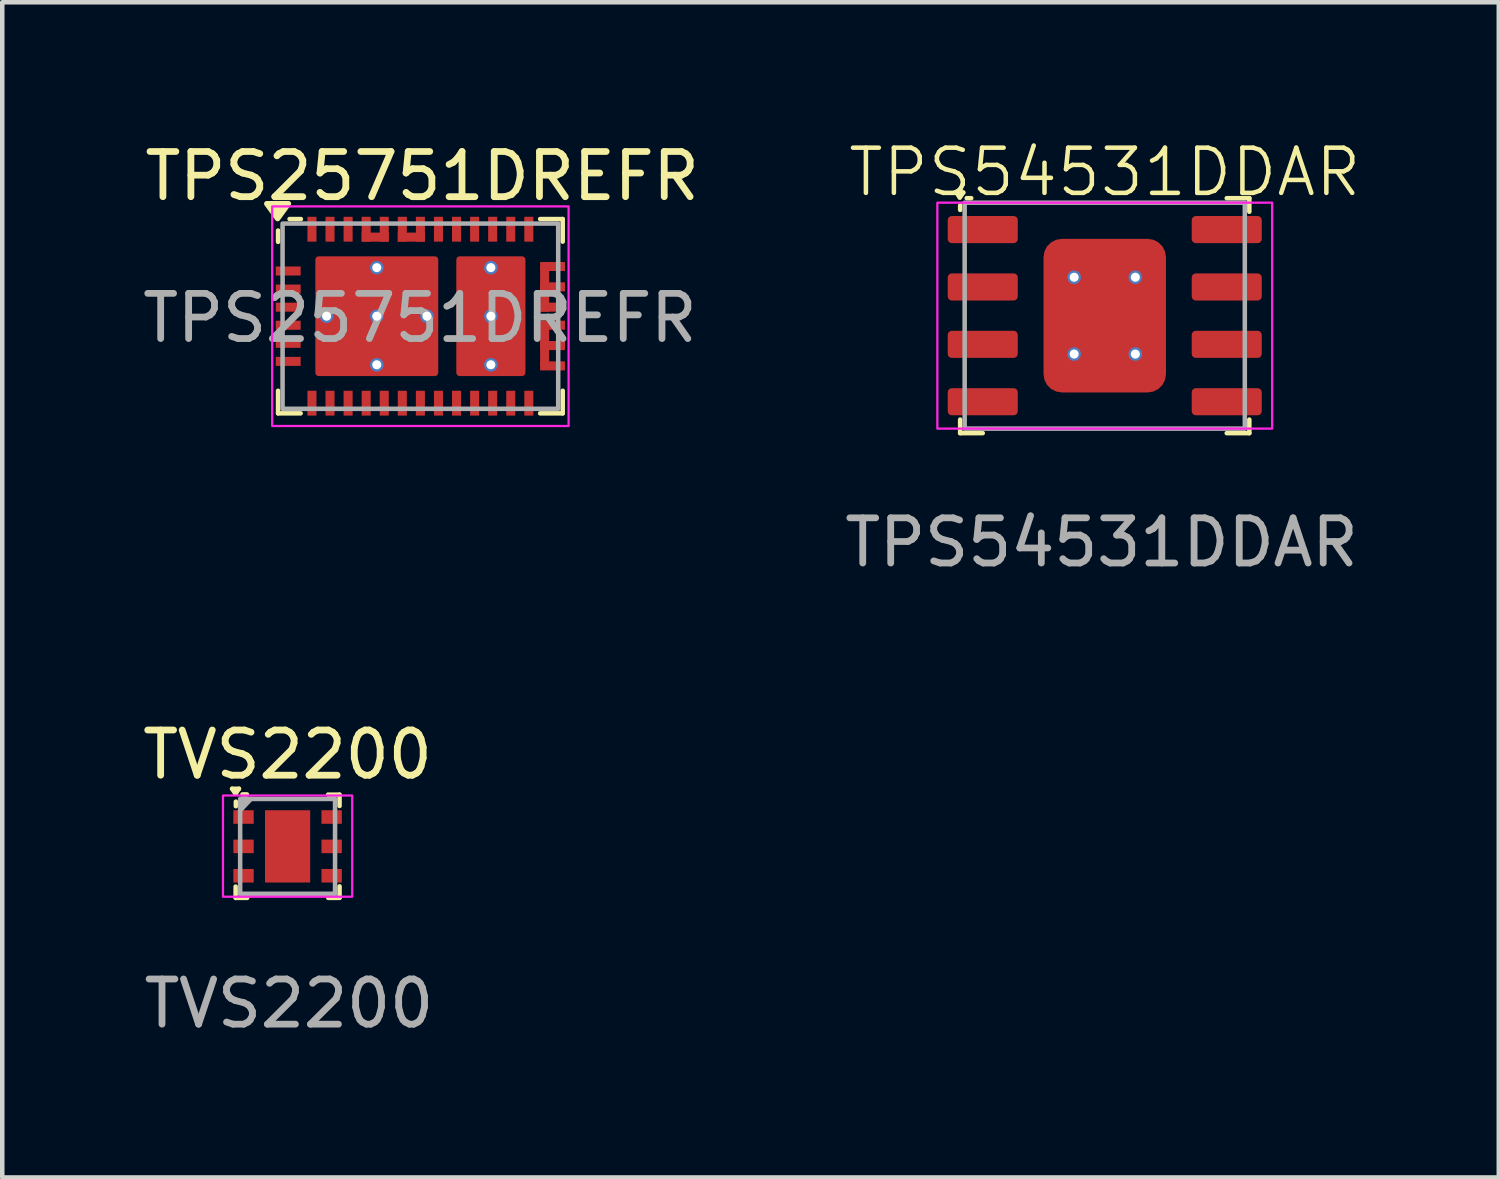
<source format=kicad_pcb>
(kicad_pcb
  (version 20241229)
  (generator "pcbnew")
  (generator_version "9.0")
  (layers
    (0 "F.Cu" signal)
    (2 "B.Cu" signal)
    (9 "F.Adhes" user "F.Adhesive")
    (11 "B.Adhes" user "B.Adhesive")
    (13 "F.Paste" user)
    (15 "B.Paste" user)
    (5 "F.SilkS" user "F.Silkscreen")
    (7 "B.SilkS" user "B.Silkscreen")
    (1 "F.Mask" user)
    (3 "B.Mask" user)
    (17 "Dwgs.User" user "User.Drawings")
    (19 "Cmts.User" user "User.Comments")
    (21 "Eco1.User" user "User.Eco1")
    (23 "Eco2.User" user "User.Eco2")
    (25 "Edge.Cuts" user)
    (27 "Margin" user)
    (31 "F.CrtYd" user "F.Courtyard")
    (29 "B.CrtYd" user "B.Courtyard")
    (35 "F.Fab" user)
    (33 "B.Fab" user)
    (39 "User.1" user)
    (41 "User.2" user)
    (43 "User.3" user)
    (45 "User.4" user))
  (footprint "TVS2200"
    (layer "F.Cu")
    (at 3.315 15.682)
    (property "Reference" "TVS2200" (at 0 -2.03 0) (unlocked yes) (layer "F.SilkS") (effects (font (size 1 1) (thickness 0.15))))
    (attr smd)
    (fp_line (start -1.228 -1.275) (end -1.153 -1.165) (stroke (width 0.1) (type default)) (layer "F.SilkS"))
    (fp_line (start -1.228 -1.275) (end -1.077 -1.275) (stroke (width 0.1) (type solid)) (layer "F.SilkS"))
    (fp_line (start -1.15 0.89) (end -1.15 1.14) (stroke (width 0.1) (type solid)) (layer "F.SilkS"))
    (fp_line (start -1.145 -0.89) (end -1.145 -0.99) (stroke (width 0.1) (type solid)) (layer "F.SilkS"))
    (fp_line (start -1.145 1.14) (end -0.895 1.14) (stroke (width 0.1) (type solid)) (layer "F.SilkS"))
    (fp_line (start -1.077 -1.275) (end -1.153 -1.165) (stroke (width 0.1) (type default)) (layer "F.SilkS"))
    (fp_line (start -1 -1.15) (end -0.9 -1.15) (stroke (width 0.1) (type solid)) (layer "F.SilkS"))
    (fp_line (start 0.9 1.14) (end 1.15 1.14) (stroke (width 0.1) (type solid)) (layer "F.SilkS"))
    (fp_line (start 1.145 -1.145) (end 0.895 -1.145) (stroke (width 0.1) (type solid)) (layer "F.SilkS"))
    (fp_line (start 1.15 -0.895) (end 1.15 -1.145) (stroke (width 0.1) (type solid)) (layer "F.SilkS"))
    (fp_line (start 1.15 1.135) (end 1.15 0.885) (stroke (width 0.1) (type solid)) (layer "F.SilkS"))
    (fp_rect (start -0.442 -0.736) (end 0.44 -0.13) (stroke (width 0.12) (type solid)) (fill yes) (layer "F.Paste"))
    (fp_rect (start -0.441 0.132) (end 0.441 0.738) (stroke (width 0.12) (type solid)) (fill yes) (layer "F.Paste"))
    (fp_rect (start -1.43 -1.126) (end 1.43 1.114) (stroke (width 0.05) (type solid)) (fill no) (layer "F.CrtYd"))
    (fp_line (start -1.05 -0.9) (end -0.91 -1.05) (stroke (width 0.1) (type default)) (layer "F.Fab"))
    (fp_line (start -1.05 -0.795) (end -0.812 -1.05) (stroke (width 0.1) (type default)) (layer "F.Fab"))
    (fp_rect (start -1.05 -1.05) (end 1.05 1.05) (stroke (width 0.1) (type solid)) (fill no) (layer "F.Fab"))
    (fp_text user "${REFERENCE}" (at 0.03 3.48 0) (unlocked yes) (layer "F.Fab") (effects (font (size 1 1) (thickness 0.15))))
    (pad "1" smd rect (at -0.975 -0.65) (size 0.45 0.3) (layers "F.Cu" "F.Mask" "F.Paste"))
    (pad "2" smd rect (at -0.975 0) (size 0.45 0.3) (layers "F.Cu" "F.Mask" "F.Paste"))
    (pad "3" smd rect (at -0.975 0.65) (size 0.45 0.3) (layers "F.Cu" "F.Mask" "F.Paste"))
    (pad "4" smd rect (at 0.975 0.65) (size 0.45 0.3) (layers "F.Cu" "F.Mask" "F.Paste"))
    (pad "5" smd rect (at 0.975 0) (size 0.45 0.3) (layers "F.Cu" "F.Mask" "F.Paste"))
    (pad "6" smd rect (at 0.975 -0.65) (size 0.45 0.3) (layers "F.Cu" "F.Mask" "F.Paste"))
    (pad "7" smd rect (at 0 0) (size 1 1.6) (layers "F.Cu" "F.Mask")))
  (footprint "TPS25751DREFR"
    (layer "F.Cu")
    (at 6.254 3.948)
    (property "Reference" "TPS25751DREFR" (at 0.04 -3.1 0) (unlocked yes) (layer "F.SilkS") (effects (font (size 1 1) (thickness 0.15))))
    (attr smd)
    (fp_rect (start -1.273 -2.167) (end -0.711 -1.68) (stroke (width 0.12) (type solid)) (fill yes) (layer "F.Mask"))
    (fp_rect (start -0.481 -2.16) (end 0.081 -1.673) (stroke (width 0.12) (type solid)) (fill yes) (layer "F.Mask"))
    (fp_rect (start 2.667 0.133) (end 3.175 1.166) (stroke (width 0.12) (type solid)) (fill yes) (layer "F.Mask"))
    (fp_rect (start 2.675 -1.165) (end 3.183 -0.132) (stroke (width 0.12) (type solid)) (fill yes) (layer "F.Mask"))
    (fp_line (start -3.15 -1.895) (end -3.15 -1.645) (stroke (width 0.1) (type solid)) (layer "F.SilkS"))
    (fp_line (start -3.15 1.65) (end -3.15 2.15) (stroke (width 0.1) (type solid)) (layer "F.SilkS"))
    (fp_line (start -3.15 2.15) (end -2.65 2.15) (stroke (width 0.1) (type solid)) (layer "F.SilkS"))
    (fp_line (start -2.895 -2.15) (end -2.645 -2.15) (stroke (width 0.1) (type solid)) (layer "F.SilkS"))
    (fp_line (start 2.65 2.15) (end 3.15 2.15) (stroke (width 0.1) (type solid)) (layer "F.SilkS"))
    (fp_line (start 3.15 -2.15) (end 2.65 -2.15) (stroke (width 0.1) (type solid)) (layer "F.SilkS"))
    (fp_line (start 3.15 -1.65) (end 3.15 -2.15) (stroke (width 0.1) (type solid)) (layer "F.SilkS"))
    (fp_line (start 3.15 2.15) (end 3.15 1.65) (stroke (width 0.1) (type solid)) (layer "F.SilkS"))
    (fp_poly (pts (xy -3.16 -2.16) (xy -3.4 -2.49) (xy -2.92 -2.49)) (stroke (width 0.12) (type solid)) (fill yes) (layer "F.SilkS"))
    (fp_rect (start -2.255 -1.275) (end -1.065 -0.105) (stroke (width 0) (type solid)) (fill yes) (layer "F.Paste"))
    (fp_rect (start -2.255 0.105) (end -1.065 1.275) (stroke (width 0) (type solid)) (fill yes) (layer "F.Paste"))
    (fp_rect (start -0.865 -1.275) (end 0.325 -0.105) (stroke (width 0) (type solid)) (fill yes) (layer "F.Paste"))
    (fp_rect (start -0.865 0.105) (end 0.325 1.275) (stroke (width 0) (type solid)) (fill yes) (layer "F.Paste"))
    (fp_rect (start 0.86 -1.275) (end 2.26 -0.105) (stroke (width 0) (type solid)) (fill yes) (layer "F.Paste"))
    (fp_rect (start 0.86 0.105) (end 2.26 1.275) (stroke (width 0) (type solid)) (fill yes) (layer "F.Paste"))
    (fp_rect (start -3.28 -2.43) (end 3.28 2.43) (stroke (width 0.05) (type solid)) (fill no) (layer "F.CrtYd"))
    (fp_rect (start -3.05 -2.05) (end 3.05 2.05) (stroke (width 0.1) (type solid)) (fill no) (layer "F.Fab"))
    (fp_text user "${REFERENCE}" (at -0.01 0.04 0) (unlocked yes) (layer "F.Fab") (effects (font (size 1 1) (thickness 0.15))))
    (pad "" smd rect (at -1 -1.75) (size 0.6 0.2) (layers "F.Cu" "F.Paste"))
    (pad "" smd rect (at -0.2 -1.75) (size 0.6 0.2) (layers "F.Cu" "F.Paste"))
    (pad "" smd rect (at 2.75 -0.6) (size 0.2 1) (layers "F.Cu" "F.Paste"))
    (pad "" smd rect (at 2.75 0.6) (size 0.2 1) (layers "F.Cu" "F.Paste"))
    (pad "1" smd rect (at -2.925 -1) (size 0.55 0.2) (layers "F.Cu" "F.Mask" "F.Paste"))
    (pad "2" smd rect (at -2.925 -0.6) (size 0.55 0.2) (layers "F.Cu" "F.Mask" "F.Paste"))
    (pad "3" smd rect (at -2.925 -0.2) (size 0.55 0.2) (layers "F.Cu" "F.Mask" "F.Paste"))
    (pad "4" smd rect (at -2.925 0.2) (size 0.55 0.2) (layers "F.Cu" "F.Mask" "F.Paste"))
    (pad "5" smd rect (at -2.925 0.6) (size 0.55 0.2) (layers "F.Cu" "F.Mask" "F.Paste"))
    (pad "6" smd rect (at -2.925 1) (size 0.55 0.2) (layers "F.Cu" "F.Mask" "F.Paste"))
    (pad "7" smd rect (at -2.4 1.925 90) (size 0.55 0.2) (layers "F.Cu" "F.Mask" "F.Paste"))
    (pad "8" smd rect (at -2 1.925 90) (size 0.55 0.2) (layers "F.Cu" "F.Mask" "F.Paste"))
    (pad "9" smd rect (at -1.6 1.925 90) (size 0.55 0.2) (layers "F.Cu" "F.Mask" "F.Paste"))
    (pad "10" smd rect (at -1.2 1.925 90) (size 0.55 0.2) (layers "F.Cu" "F.Mask" "F.Paste"))
    (pad "11" smd rect (at -0.8 1.925 90) (size 0.55 0.2) (layers "F.Cu" "F.Mask" "F.Paste"))
    (pad "12" smd rect (at -0.4 1.925 90) (size 0.55 0.2) (layers "F.Cu" "F.Mask" "F.Paste"))
    (pad "13" smd rect (at 0 1.925 90) (size 0.55 0.2) (layers "F.Cu" "F.Mask" "F.Paste"))
    (pad "14" smd rect (at 0.4 1.925 90) (size 0.55 0.2) (layers "F.Cu" "F.Mask" "F.Paste"))
    (pad "15" smd rect (at 0.8 1.925 90) (size 0.55 0.2) (layers "F.Cu" "F.Mask" "F.Paste"))
    (pad "16" smd rect (at 1.2 1.925 90) (size 0.55 0.2) (layers "F.Cu" "F.Mask" "F.Paste"))
    (pad "17" smd rect (at 1.6 1.925 90) (size 0.55 0.2) (layers "F.Cu" "F.Mask" "F.Paste"))
    (pad "18" smd rect (at 2 1.925 90) (size 0.55 0.2) (layers "F.Cu" "F.Mask" "F.Paste"))
    (pad "19" smd rect (at 2.4 1.925 90) (size 0.55 0.2) (layers "F.Cu" "F.Mask" "F.Paste"))
    (pad "20" smd rect (at 2.925 1.1) (size 0.55 0.2) (layers "F.Cu" "F.Paste"))
    (pad "21" smd rect (at 2.925 0.65) (size 0.55 0.2) (layers "F.Cu" "F.Paste"))
    (pad "22" smd rect (at 2.925 0.2) (size 0.55 0.2) (layers "F.Cu" "F.Paste"))
    (pad "23" smd rect (at 2.925 -0.2) (size 0.55 0.2) (layers "F.Cu" "F.Paste"))
    (pad "24" smd rect (at 2.925 -0.65) (size 0.55 0.2) (layers "F.Cu" "F.Paste"))
    (pad "25" smd rect (at 2.925 -1.1) (size 0.55 0.2) (layers "F.Cu" "F.Paste"))
    (pad "26" smd rect (at 2.4 -1.925 90) (size 0.55 0.2) (layers "F.Cu" "F.Mask" "F.Paste"))
    (pad "27" smd rect (at 2 -1.925 90) (size 0.55 0.2) (layers "F.Cu" "F.Mask" "F.Paste"))
    (pad "28" smd rect (at 1.6 -1.925 90) (size 0.55 0.2) (layers "F.Cu" "F.Mask" "F.Paste"))
    (pad "29" smd rect (at 1.2 -1.925 90) (size 0.55 0.2) (layers "F.Cu" "F.Mask" "F.Paste"))
    (pad "30" smd rect (at 0.8 -1.925 90) (size 0.55 0.2) (layers "F.Cu" "F.Mask" "F.Paste"))
    (pad "31" smd rect (at 0.4 -1.925 90) (size 0.55 0.2) (layers "F.Cu" "F.Mask" "F.Paste"))
    (pad "32" smd rect (at 0 -1.925 90) (size 0.55 0.2) (layers "F.Cu" "F.Mask" "F.Paste"))
    (pad "33" smd rect (at -0.4 -1.925 90) (size 0.55 0.2) (layers "F.Cu" "F.Mask" "F.Paste"))
    (pad "34" smd rect (at -0.8 -1.925 90) (size 0.55 0.2) (layers "F.Cu" "F.Mask" "F.Paste"))
    (pad "35" smd rect (at -1.2 -1.925 90) (size 0.55 0.2) (layers "F.Cu" "F.Mask" "F.Paste"))
    (pad "36" smd rect (at -1.6 -1.925 90) (size 0.55 0.2) (layers "F.Cu" "F.Mask" "F.Paste"))
    (pad "37" smd rect (at -2 -1.925 90) (size 0.55 0.2) (layers "F.Cu" "F.Mask" "F.Paste"))
    (pad "38" smd rect (at -2.4 -1.925 90) (size 0.55 0.2) (layers "F.Cu" "F.Mask" "F.Paste"))
    (pad "39" thru_hole circle (at -2.075 0) (size 0.3 0.3) (drill 0.2) (layers "*.Cu" "*.Mask"))
    (pad "39" thru_hole circle (at -0.965 -1.075) (size 0.3 0.3) (drill 0.2) (layers "*.Cu" "*.Mask"))
    (pad "39" thru_hole circle (at -0.965 0) (size 0.3 0.3) (drill 0.2) (layers "*.Cu" "*.Mask"))
    (pad "39" smd roundrect (at -0.965 0) (size 2.72 2.65) (layers "F.Cu" "F.Mask") (roundrect_rratio 0.028))
    (pad "39" thru_hole circle (at -0.965 1.075) (size 0.3 0.3) (drill 0.2) (layers "*.Cu" "*.Mask"))
    (pad "39" thru_hole circle (at 0.145 0) (size 0.3 0.3) (drill 0.2) (layers "*.Cu" "*.Mask"))
    (pad "40" thru_hole circle (at 1.56 -1.075) (size 0.3 0.3) (drill 0.2) (layers "*.Cu" "*.Mask"))
    (pad "40" thru_hole circle (at 1.56 0) (size 0.3 0.3) (drill 0.2) (layers "*.Cu" "*.Mask"))
    (pad "40" smd roundrect (at 1.56 0) (size 1.53 2.65) (layers "F.Cu" "F.Mask") (roundrect_rratio 0.049))
    (pad "40" thru_hole circle (at 1.56 1.075) (size 0.3 0.3) (drill 0.2) (layers "*.Cu" "*.Mask")))
  (footprint "TPS54531DDAR"
    (layer "F.Cu")
    (at 21.4 3.936)
    (property "Reference" "TPS54531DDAR" (at 0 -3.175 0) (unlocked yes) (layer "F.SilkS") (effects (font (size 1 1) (thickness 0.1))))
    (attr smd)
    (fp_line (start -3.283 -2.725) (end -3.208 -2.615) (stroke (width 0.1) (type default)) (layer "F.SilkS"))
    (fp_line (start -3.283 -2.725) (end -3.132 -2.725) (stroke (width 0.1) (type solid)) (layer "F.SilkS"))
    (fp_line (start -3.2 -2.34) (end -3.2 -2.44) (stroke (width 0.1) (type solid)) (layer "F.SilkS"))
    (fp_line (start -3.2 2.3) (end -3.2 2.6) (stroke (width 0.1) (type solid)) (layer "F.SilkS"))
    (fp_line (start -3.132 -2.725) (end -3.208 -2.615) (stroke (width 0.1) (type default)) (layer "F.SilkS"))
    (fp_line (start -3.055 -2.6) (end -2.955 -2.6) (stroke (width 0.1) (type solid)) (layer "F.SilkS"))
    (fp_line (start -2.7 2.6) (end -3.2 2.6) (stroke (width 0.1) (type solid)) (layer "F.SilkS"))
    (fp_line (start 2.7 -2.6) (end 3.2 -2.6) (stroke (width 0.1) (type solid)) (layer "F.SilkS"))
    (fp_line (start 3.2 -2.3) (end 3.2 -2.6) (stroke (width 0.1) (type solid)) (layer "F.SilkS"))
    (fp_line (start 3.2 2.3) (end 3.2 2.6) (stroke (width 0.1) (type solid)) (layer "F.SilkS"))
    (fp_line (start 3.2 2.6) (end 2.7 2.6) (stroke (width 0.1) (type solid)) (layer "F.SilkS"))
    (fp_rect (start -3.705 -2.5) (end 3.705 2.5) (stroke (width 0.05) (type solid)) (fill no) (layer "F.CrtYd"))
    (fp_rect (start -3.1 -2.5) (end 3.1 2.5) (stroke (width 0.1) (type solid)) (fill no) (layer "F.Fab"))
    (fp_text user "${REFERENCE}" (at -0.07 5.02 0) (unlocked yes) (layer "F.Fab") (effects (font (size 1 1) (thickness 0.15))))
    (pad "1" smd roundrect (at -2.7 -1.905) (size 1.55 0.6) (layers "F.Cu" "F.Mask" "F.Paste") (roundrect_rratio 0.15))
    (pad "2" smd roundrect (at -2.7 -0.635) (size 1.55 0.6) (layers "F.Cu" "F.Mask" "F.Paste") (roundrect_rratio 0.15))
    (pad "3" smd roundrect (at -2.7 0.635) (size 1.55 0.6) (layers "F.Cu" "F.Mask" "F.Paste") (roundrect_rratio 0.15))
    (pad "4" smd roundrect (at -2.7 1.905) (size 1.55 0.6) (layers "F.Cu" "F.Mask" "F.Paste") (roundrect_rratio 0.15))
    (pad "5" smd roundrect (at 2.7 1.905) (size 1.55 0.6) (layers "F.Cu" "F.Mask" "F.Paste") (roundrect_rratio 0.15))
    (pad "6" smd roundrect (at 2.7 0.635) (size 1.55 0.6) (layers "F.Cu" "F.Mask" "F.Paste") (roundrect_rratio 0.15))
    (pad "7" smd roundrect (at 2.7 -0.635) (size 1.55 0.6) (layers "F.Cu" "F.Mask" "F.Paste") (roundrect_rratio 0.15))
    (pad "8" smd roundrect (at 2.7 -1.905) (size 1.55 0.6) (layers "F.Cu" "F.Mask" "F.Paste") (roundrect_rratio 0.15))
    (pad "9" thru_hole circle (at -0.677 -0.85) (size 0.3 0.3) (drill 0.2) (layers "*.Cu" "*.Mask" "F.Paste"))
    (pad "9" thru_hole circle (at -0.677 0.85) (size 0.3 0.3) (drill 0.2) (layers "*.Cu" "*.Mask"))
    (pad "9" smd roundrect (at 0 0) (size 2.71 3.4) (layers "F.Cu" "F.Mask" "F.Paste") (roundrect_rratio 0.15))
    (pad "9" thru_hole circle (at 0.677 -0.85) (size 0.3 0.3) (drill 0.2) (layers "*.Cu" "*.Mask"))
    (pad "9" thru_hole circle (at 0.677 0.85) (size 0.3 0.3) (drill 0.2) (layers "*.Cu" "*.Mask")))
  (gr_rect
    (start -3 -3)
    (end 30.121 23.01)
    (stroke (width 0.1) (type default))
    (fill no)
    (layer "Edge.Cuts")))
</source>
